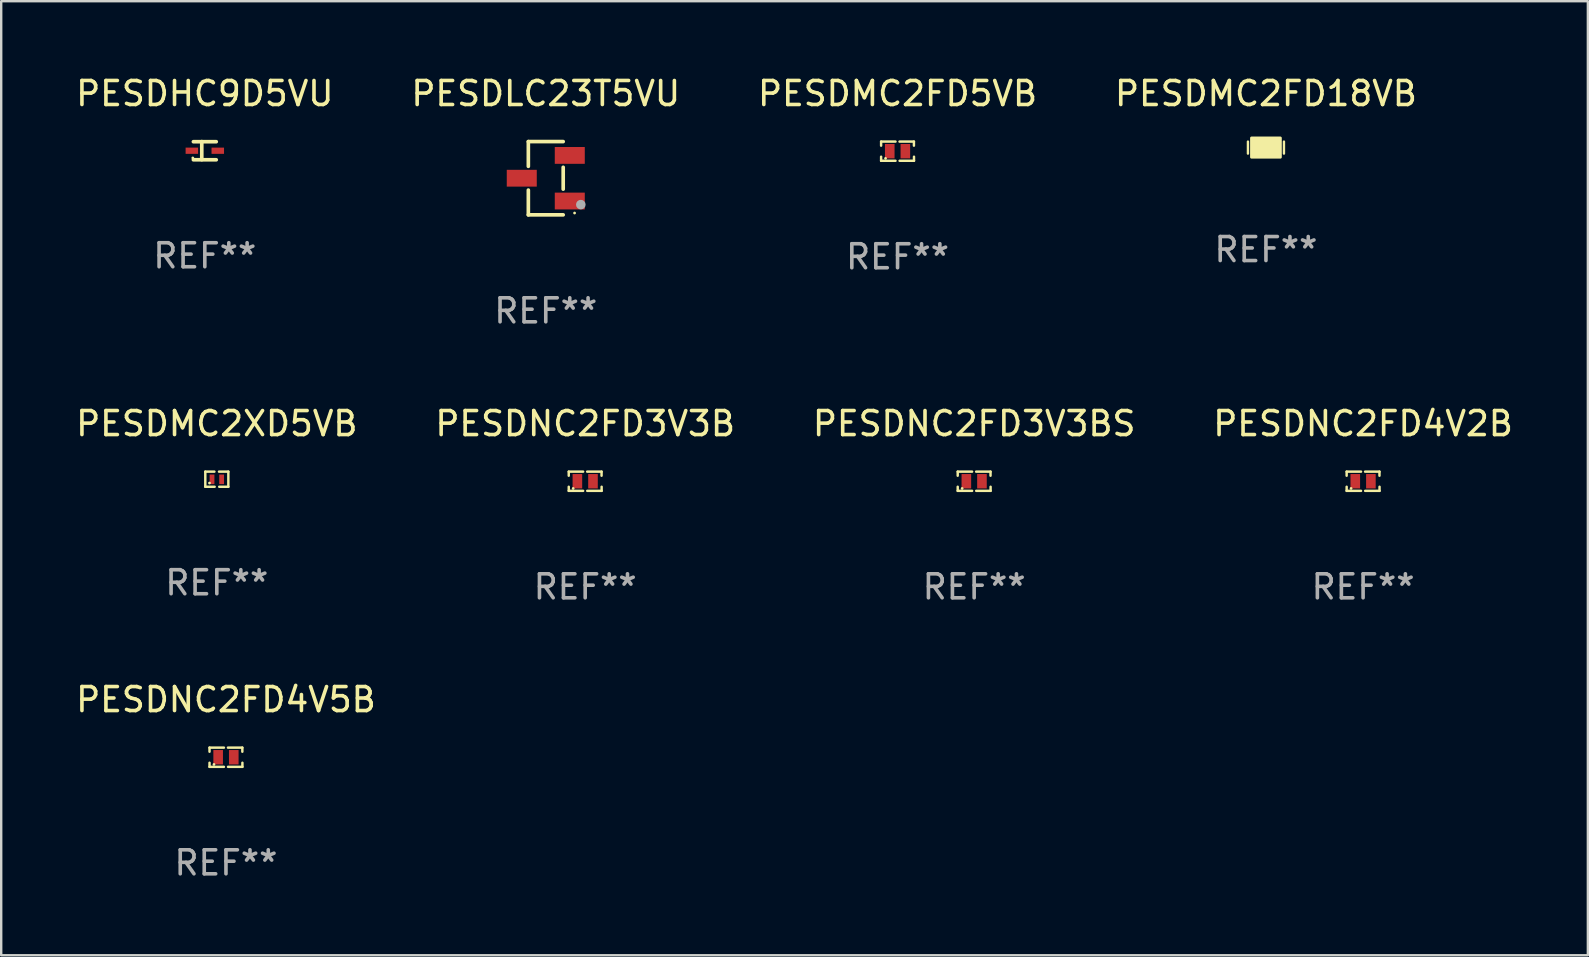
<source format=kicad_pcb>
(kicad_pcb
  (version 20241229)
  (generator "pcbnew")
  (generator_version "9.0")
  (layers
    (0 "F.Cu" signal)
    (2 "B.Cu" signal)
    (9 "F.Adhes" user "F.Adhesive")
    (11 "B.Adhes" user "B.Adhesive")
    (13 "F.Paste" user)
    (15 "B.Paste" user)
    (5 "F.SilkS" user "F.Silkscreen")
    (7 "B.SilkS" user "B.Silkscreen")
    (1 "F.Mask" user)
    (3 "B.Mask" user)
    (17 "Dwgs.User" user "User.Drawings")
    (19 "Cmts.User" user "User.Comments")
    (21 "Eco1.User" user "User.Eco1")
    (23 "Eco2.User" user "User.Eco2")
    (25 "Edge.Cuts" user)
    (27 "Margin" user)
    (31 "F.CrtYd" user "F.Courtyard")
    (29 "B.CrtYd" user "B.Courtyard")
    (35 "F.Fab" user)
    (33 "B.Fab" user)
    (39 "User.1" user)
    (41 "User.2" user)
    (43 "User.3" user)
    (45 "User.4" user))
  (footprint "PESDNC2FD3V3BS"
    (layer "F.Cu")
    (at 37.53 16.997)
    (property "Reference" "PESDNC2FD3V3BS" (at 0 -2.4 0) (layer "F.SilkS") (effects (font (size 1 1) (thickness 0.15))))
    (attr through_hole)
    (fp_line (start -0.685 -0.4) (end -0.685 -0.23) (stroke (width 0.102) (type solid)) (layer "F.SilkS"))
    (fp_line (start -0.685 0.4) (end -0.685 0.23) (stroke (width 0.102) (type solid)) (layer "F.SilkS"))
    (fp_line (start -0.085 -0.4) (end -0.685 -0.4) (stroke (width 0.102) (type solid)) (layer "F.SilkS"))
    (fp_line (start -0.085 0.4) (end -0.685 0.4) (stroke (width 0.102) (type solid)) (layer "F.SilkS"))
    (fp_line (start 0.082 -0.4) (end 0.682 -0.4) (stroke (width 0.102) (type solid)) (layer "F.SilkS"))
    (fp_line (start 0.085 0.4) (end 0.685 0.4) (stroke (width 0.102) (type solid)) (layer "F.SilkS"))
    (fp_line (start 0.682 -0.4) (end 0.682 -0.23) (stroke (width 0.102) (type solid)) (layer "F.SilkS"))
    (fp_line (start 0.685 0.4) (end 0.685 0.23) (stroke (width 0.102) (type solid)) (layer "F.SilkS"))
    (fp_circle (center -0.5 0.3) (end -0.47 0.3) (stroke (width 0.06) (type solid)) (fill no) (layer "F.SilkS"))
    (fp_text user "REF**" (at 0 4.4 0) (layer "F.Fab") (effects (font (size 1 1) (thickness 0.15))))
    (pad "1" smd rect (at -0.325 0) (size 0.4 0.6) (layers "F.Cu" "F.Mask" "F.Paste"))
    (pad "2" smd rect (at 0.325 0) (size 0.4 0.6) (layers "F.Cu" "F.Mask" "F.Paste")))
  (footprint "PESDLC23T5VU"
    (layer "F.Cu")
    (at 19.685 4.374)
    (property "Reference" "PESDLC23T5VU" (at 0 -3.526 0) (layer "F.SilkS") (effects (font (size 1 1) (thickness 0.15))))
    (attr through_hole)
    (fp_line (start -0.726 -1.526) (end -0.726 -0.495) (stroke (width 0.152) (type solid)) (layer "F.SilkS"))
    (fp_line (start -0.726 1.526) (end -0.726 0.495) (stroke (width 0.152) (type solid)) (layer "F.SilkS"))
    (fp_line (start 0.726 -1.526) (end -0.726 -1.526) (stroke (width 0.152) (type solid)) (layer "F.SilkS"))
    (fp_line (start 0.726 -0.455) (end 0.726 0.455) (stroke (width 0.152) (type solid)) (layer "F.SilkS"))
    (fp_line (start 0.726 1.526) (end -0.726 1.526) (stroke (width 0.152) (type solid)) (layer "F.SilkS"))
    (fp_circle (center 1.2 1.45) (end 1.23 1.45) (stroke (width 0.06) (type solid)) (fill no) (layer "F.SilkS"))
    (fp_circle (center 1.46 1.1) (end 1.56 1.1) (stroke (width 0.2) (type solid)) (fill no) (layer "F.Fab"))
    (fp_text user "REF**" (at 0 5.526 0) (layer "F.Fab") (effects (font (size 1 1) (thickness 0.15))))
    (pad "1" smd rect (at 1 0.95) (size 1.25 0.7) (layers "F.Cu" "F.Mask" "F.Paste"))
    (pad "2" smd rect (at 1 -0.95) (size 1.25 0.7) (layers "F.Cu" "F.Mask" "F.Paste"))
    (pad "3" smd rect (at -1 0) (size 1.25 0.7) (layers "F.Cu" "F.Mask" "F.Paste")))
  (footprint "PESDNC2FD4V2B"
    (layer "F.Cu")
    (at 53.732 16.997)
    (property "Reference" "PESDNC2FD4V2B" (at 0 -2.4 0) (layer "F.SilkS") (effects (font (size 1 1) (thickness 0.15))))
    (attr through_hole)
    (fp_line (start -0.685 -0.4) (end -0.685 -0.23) (stroke (width 0.102) (type solid)) (layer "F.SilkS"))
    (fp_line (start -0.685 0.4) (end -0.685 0.23) (stroke (width 0.102) (type solid)) (layer "F.SilkS"))
    (fp_line (start -0.085 -0.4) (end -0.685 -0.4) (stroke (width 0.102) (type solid)) (layer "F.SilkS"))
    (fp_line (start -0.085 0.4) (end -0.685 0.4) (stroke (width 0.102) (type solid)) (layer "F.SilkS"))
    (fp_line (start 0.082 -0.4) (end 0.682 -0.4) (stroke (width 0.102) (type solid)) (layer "F.SilkS"))
    (fp_line (start 0.085 0.4) (end 0.685 0.4) (stroke (width 0.102) (type solid)) (layer "F.SilkS"))
    (fp_line (start 0.682 -0.4) (end 0.682 -0.23) (stroke (width 0.102) (type solid)) (layer "F.SilkS"))
    (fp_line (start 0.685 0.4) (end 0.685 0.23) (stroke (width 0.102) (type solid)) (layer "F.SilkS"))
    (fp_circle (center -0.5 0.3) (end -0.47 0.3) (stroke (width 0.06) (type solid)) (fill no) (layer "F.SilkS"))
    (fp_text user "REF**" (at 0 4.4 0) (layer "F.Fab") (effects (font (size 1 1) (thickness 0.15))))
    (pad "1" smd rect (at -0.325 0) (size 0.4 0.6) (layers "F.Cu" "F.Mask" "F.Paste"))
    (pad "2" smd rect (at 0.325 0) (size 0.4 0.6) (layers "F.Cu" "F.Mask" "F.Paste")))
  (footprint "PESDMC2FD5VB"
    (layer "F.Cu")
    (at 34.339 3.248)
    (property "Reference" "PESDMC2FD5VB" (at 0 -2.4 0) (layer "F.SilkS") (effects (font (size 1 1) (thickness 0.15))))
    (attr through_hole)
    (fp_line (start -0.685 -0.4) (end -0.685 -0.23) (stroke (width 0.102) (type solid)) (layer "F.SilkS"))
    (fp_line (start -0.685 0.4) (end -0.685 0.23) (stroke (width 0.102) (type solid)) (layer "F.SilkS"))
    (fp_line (start -0.085 -0.4) (end -0.685 -0.4) (stroke (width 0.102) (type solid)) (layer "F.SilkS"))
    (fp_line (start -0.085 0.4) (end -0.685 0.4) (stroke (width 0.102) (type solid)) (layer "F.SilkS"))
    (fp_line (start 0.082 -0.4) (end 0.682 -0.4) (stroke (width 0.102) (type solid)) (layer "F.SilkS"))
    (fp_line (start 0.085 0.4) (end 0.685 0.4) (stroke (width 0.102) (type solid)) (layer "F.SilkS"))
    (fp_line (start 0.682 -0.4) (end 0.682 -0.23) (stroke (width 0.102) (type solid)) (layer "F.SilkS"))
    (fp_line (start 0.685 0.4) (end 0.685 0.23) (stroke (width 0.102) (type solid)) (layer "F.SilkS"))
    (fp_circle (center -0.5 0.3) (end -0.47 0.3) (stroke (width 0.06) (type solid)) (fill no) (layer "F.SilkS"))
    (fp_text user "REF**" (at 0 4.4 0) (layer "F.Fab") (effects (font (size 1 1) (thickness 0.15))))
    (pad "1" smd rect (at -0.325 0) (size 0.4 0.6) (layers "F.Cu" "F.Mask" "F.Paste"))
    (pad "2" smd rect (at 0.325 0) (size 0.4 0.6) (layers "F.Cu" "F.Mask" "F.Paste")))
  (footprint "PESDNC2FD4V5B"
    (layer "F.Cu")
    (at 6.363 28.494)
    (property "Reference" "PESDNC2FD4V5B" (at 0 -2.4 0) (layer "F.SilkS") (effects (font (size 1 1) (thickness 0.15))))
    (attr through_hole)
    (fp_line (start -0.685 -0.4) (end -0.685 -0.23) (stroke (width 0.102) (type solid)) (layer "F.SilkS"))
    (fp_line (start -0.685 0.4) (end -0.685 0.23) (stroke (width 0.102) (type solid)) (layer "F.SilkS"))
    (fp_line (start -0.085 -0.4) (end -0.685 -0.4) (stroke (width 0.102) (type solid)) (layer "F.SilkS"))
    (fp_line (start -0.085 0.4) (end -0.685 0.4) (stroke (width 0.102) (type solid)) (layer "F.SilkS"))
    (fp_line (start 0.082 -0.4) (end 0.682 -0.4) (stroke (width 0.102) (type solid)) (layer "F.SilkS"))
    (fp_line (start 0.085 0.4) (end 0.685 0.4) (stroke (width 0.102) (type solid)) (layer "F.SilkS"))
    (fp_line (start 0.682 -0.4) (end 0.682 -0.23) (stroke (width 0.102) (type solid)) (layer "F.SilkS"))
    (fp_line (start 0.685 0.4) (end 0.685 0.23) (stroke (width 0.102) (type solid)) (layer "F.SilkS"))
    (fp_circle (center -0.5 0.3) (end -0.47 0.3) (stroke (width 0.06) (type solid)) (fill no) (layer "F.SilkS"))
    (fp_text user "REF**" (at 0 4.4 0) (layer "F.Fab") (effects (font (size 1 1) (thickness 0.15))))
    (pad "1" smd rect (at -0.325 0) (size 0.4 0.6) (layers "F.Cu" "F.Mask" "F.Paste"))
    (pad "2" smd rect (at 0.325 0) (size 0.4 0.6) (layers "F.Cu" "F.Mask" "F.Paste")))
  (footprint "PESDHC9D5VU"
    (layer "F.Cu")
    (at 5.482 3.227)
    (property "Reference" "PESDHC9D5VU" (at 0 -2.379 0) (layer "F.SilkS") (effects (font (size 1 1) (thickness 0.15))))
    (attr through_hole)
    (fp_line (start -0.476 -0.374) (end 0.476 -0.374) (stroke (width 0.152) (type solid)) (layer "F.SilkS"))
    (fp_line (start -0.476 0.379) (end 0.476 0.379) (stroke (width 0.152) (type solid)) (layer "F.SilkS"))
    (fp_line (start -0.127 -0.379) (end -0.127 0.374) (stroke (width 0.152) (type solid)) (layer "F.SilkS"))
    (fp_circle (center -0.5 0.302) (end -0.47 0.302) (stroke (width 0.06) (type solid)) (fill no) (layer "F.SilkS"))
    (fp_text user "REF**" (at 0 4.379 0) (layer "F.Fab") (effects (font (size 1 1) (thickness 0.15))))
    (pad "1" smd rect (at -0.54 0.002 180) (size 0.52 0.26) (layers "F.Cu" "F.Mask" "F.Paste"))
    (pad "2" smd rect (at 0.54 0.002 180) (size 0.52 0.26) (layers "F.Cu" "F.Mask" "F.Paste")))
  (footprint "PESDNC2FD3V3B"
    (layer "F.Cu")
    (at 21.327 16.997)
    (property "Reference" "PESDNC2FD3V3B" (at 0 -2.4 0) (layer "F.SilkS") (effects (font (size 1 1) (thickness 0.15))))
    (attr through_hole)
    (fp_line (start -0.685 -0.4) (end -0.685 -0.23) (stroke (width 0.102) (type solid)) (layer "F.SilkS"))
    (fp_line (start -0.685 0.4) (end -0.685 0.23) (stroke (width 0.102) (type solid)) (layer "F.SilkS"))
    (fp_line (start -0.085 -0.4) (end -0.685 -0.4) (stroke (width 0.102) (type solid)) (layer "F.SilkS"))
    (fp_line (start -0.085 0.4) (end -0.685 0.4) (stroke (width 0.102) (type solid)) (layer "F.SilkS"))
    (fp_line (start 0.082 -0.4) (end 0.682 -0.4) (stroke (width 0.102) (type solid)) (layer "F.SilkS"))
    (fp_line (start 0.085 0.4) (end 0.685 0.4) (stroke (width 0.102) (type solid)) (layer "F.SilkS"))
    (fp_line (start 0.682 -0.4) (end 0.682 -0.23) (stroke (width 0.102) (type solid)) (layer "F.SilkS"))
    (fp_line (start 0.685 0.4) (end 0.685 0.23) (stroke (width 0.102) (type solid)) (layer "F.SilkS"))
    (fp_circle (center -0.5 0.3) (end -0.47 0.3) (stroke (width 0.06) (type solid)) (fill no) (layer "F.SilkS"))
    (fp_text user "REF**" (at 0 4.4 0) (layer "F.Fab") (effects (font (size 1 1) (thickness 0.15))))
    (pad "1" smd rect (at -0.325 0) (size 0.4 0.6) (layers "F.Cu" "F.Mask" "F.Paste"))
    (pad "2" smd rect (at 0.325 0) (size 0.4 0.6) (layers "F.Cu" "F.Mask" "F.Paste")))
  (footprint "PESDMC2XD5VB"
    (layer "F.Cu")
    (at 5.982 16.912)
    (property "Reference" "PESDMC2XD5VB" (at 0 -2.315 0) (layer "F.SilkS") (effects (font (size 1 1) (thickness 0.15))))
    (attr through_hole)
    (fp_line (start -0.48 -0.315) (end -0.48 0.315) (stroke (width 0.102) (type solid)) (layer "F.SilkS"))
    (fp_line (start -0.48 0.315) (end -0.09 0.315) (stroke (width 0.102) (type solid)) (layer "F.SilkS"))
    (fp_line (start -0.48 -0.315) (end -0.1 -0.315) (stroke (width 0.102) (type solid)) (layer "F.SilkS"))
    (fp_line (start 0.48 0.315) (end 0.1 0.315) (stroke (width 0.102) (type solid)) (layer "F.SilkS"))
    (fp_line (start 0.48 -0.315) (end 0.09 -0.315) (stroke (width 0.102) (type solid)) (layer "F.SilkS"))
    (fp_line (start 0.48 0.315) (end 0.48 -0.315) (stroke (width 0.102) (type solid)) (layer "F.SilkS"))
    (fp_circle (center -0.305 0.16) (end -0.275 0.16) (stroke (width 0.06) (type solid)) (fill no) (layer "F.SilkS"))
    (fp_text user "REF**" (at 0 4.315 0) (layer "F.Fab") (effects (font (size 1 1) (thickness 0.15))))
    (pad "1" smd rect (at -0.2 0.005) (size 0.2 0.4) (layers "F.Cu" "F.Mask" "F.Paste"))
    (pad "2" smd rect (at 0.2 0.005) (size 0.2 0.4) (layers "F.Cu" "F.Mask" "F.Paste")))
  (footprint "PESDMC2FD18VB"
    (layer "F.Cu")
    (at 49.685 3.098)
    (property "Reference" "PESDMC2FD18VB" (at 0 -2.25 0) (layer "F.SilkS") (effects (font (size 1 1) (thickness 0.15))))
    (attr through_hole)
    (fp_line (start -0.75 0.25) (end -0.75 -0.25) (stroke (width 0.1) (type solid)) (layer "F.SilkS"))
    (fp_line (start 0.75 -0.25) (end 0.75 0.25) (stroke (width 0.1) (type solid)) (layer "F.SilkS"))
    (fp_circle (center -0.5 0.3) (end -0.47 0.3) (stroke (width 0.06) (type solid)) (fill no) (layer "F.SilkS"))
    (fp_poly (pts (xy -0.6 -0.4) (xy 0.6 -0.4) (xy 0.6 0.4) (xy -0.6 0.4)) (stroke (width 0.12) (type solid)) (fill yes) (layer "F.SilkS"))
    (fp_text user "REF**" (at 0 4.25 0) (layer "F.Fab") (effects (font (size 1 1) (thickness 0.15))))
    (pad "1" smd rect (at -0.325 -0.000013) (size 0.3 0.6) (layers "F.Cu" "F.Mask" "F.Paste"))
    (pad "2" smd rect (at 0.325 -0.000013) (size 0.3 0.6) (layers "F.Cu" "F.Mask" "F.Paste")))
  (gr_rect
    (start -3 -3)
    (end 63.095 36.743)
    (stroke (width 0.1) (type default))
    (fill no)
    (layer "Edge.Cuts")))
</source>
